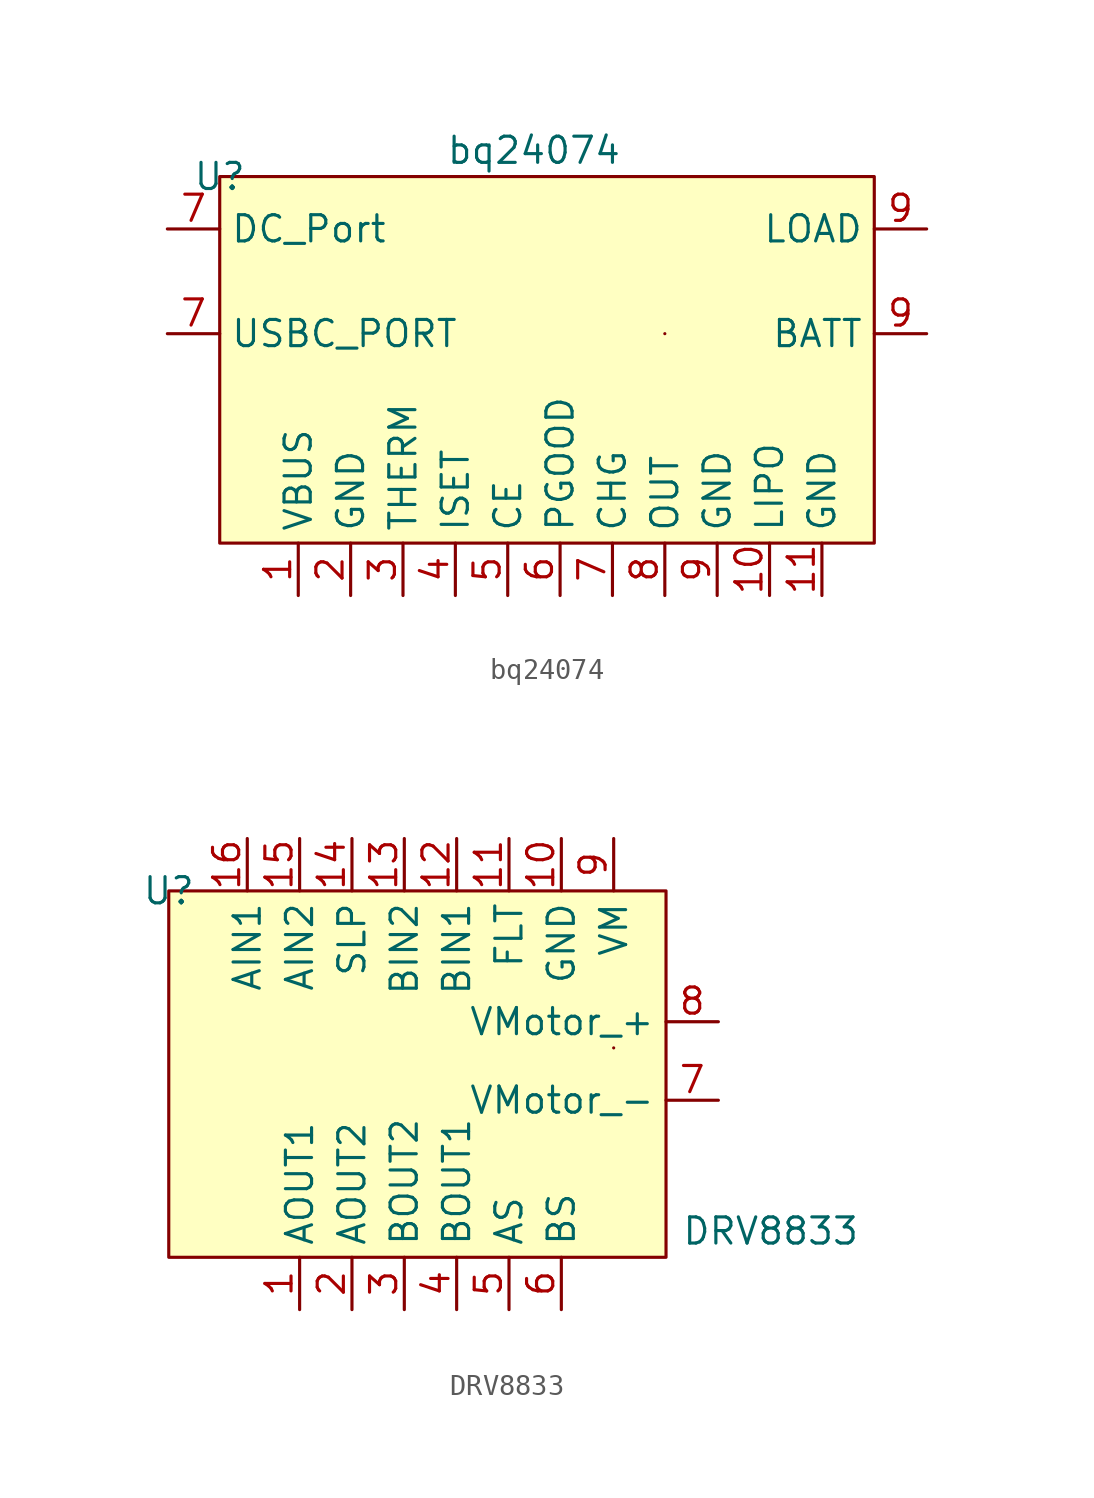
<source format=kicad_sym>
(kicad_symbol_lib
  (version 20211014)
  (generator kicad_symbol_editor)
  (symbol "bq24074"
    (property "Reference" "U"
      (at 0 0 0)
      (effects (font (size 1.27 1.27))))
    (property "Value" "bq24074"
      (at 15.24 1.27 0)
      (effects (font (size 1.27 1.27))))
    (symbol "bq24074_0_1"
      (rectangle (start 0 0) (end 31.75 -17.78) (stroke (width 0) (type default) (color 0 0 0 0)) (fill (type background)))
      (rectangle (start 21.59 -7.62) (end 21.59 -7.62) (stroke (width 0) (type default) (color 0 0 0 0)) (fill (type none))))
    (symbol "bq24074_1_1"
      (pin input line (at 3.81 -20.32 90) (length 2.54) (name "VBUS" (effects (font (size 1.27 1.27)))) (number "1" (effects (font (size 1.27 1.27)))))
      (pin output line (at 26.67 -20.32 90) (length 2.54) (name "LIPO" (effects (font (size 1.27 1.27)))) (number "10" (effects (font (size 1.27 1.27)))))
      (pin input line (at 29.21 -20.32 90) (length 2.54) (name "GND" (effects (font (size 1.27 1.27)))) (number "11" (effects (font (size 1.27 1.27)))))
      (pin input line (at 6.35 -20.32 90) (length 2.54) (name "GND" (effects (font (size 1.27 1.27)))) (number "2" (effects (font (size 1.27 1.27)))))
      (pin output line (at 8.89 -20.32 90) (length 2.54) (name "THERM" (effects (font (size 1.27 1.27)))) (number "3" (effects (font (size 1.27 1.27)))))
      (pin output line (at 11.43 -20.32 90) (length 2.54) (name "ISET" (effects (font (size 1.27 1.27)))) (number "4" (effects (font (size 1.27 1.27)))))
      (pin input line (at 13.97 -20.32 90) (length 2.54) (name "CE" (effects (font (size 1.27 1.27)))) (number "5" (effects (font (size 1.27 1.27)))))
      (pin input line (at 16.51 -20.32 90) (length 2.54) (name "PGOOD" (effects (font (size 1.27 1.27)))) (number "6" (effects (font (size 1.27 1.27)))))
      (pin input line (at 19.05 -20.32 90) (length 2.54) (name "CHG" (effects (font (size 1.27 1.27)))) (number "7" (effects (font (size 1.27 1.27)))))
      (pin input line (at -2.54 -2.54 0) (length 2.54) (name "DC_Port" (effects (font (size 1.27 1.27)))) (number "7" (effects (font (size 1.27 1.27)))))
      (pin input line (at -2.54 -7.62 0) (length 2.54) (name "USBC_PORT" (effects (font (size 1.27 1.27)))) (number "7" (effects (font (size 1.27 1.27)))))
      (pin input line (at 21.59 -20.32 90) (length 2.54) (name "OUT" (effects (font (size 1.27 1.27)))) (number "8" (effects (font (size 1.27 1.27)))))
      (pin output line (at 34.29 -7.62 180) (length 2.54) (name "BATT" (effects (font (size 1.27 1.27)))) (number "9" (effects (font (size 1.27 1.27)))))
      (pin output line (at 24.13 -20.32 90) (length 2.54) (name "GND" (effects (font (size 1.27 1.27)))) (number "9" (effects (font (size 1.27 1.27)))))
      (pin output line (at 34.29 -2.54 180) (length 2.54) (name "LOAD" (effects (font (size 1.27 1.27)))) (number "9" (effects (font (size 1.27 1.27)))))))
  (symbol "DRV8833"
    (property "Reference" "U"
      (at 0 0 0)
      (effects (font (size 1.27 1.27))))
    (property "Value" "DRV8833"
      (at 29.21 -16.51 0)
      (effects (font (size 1.27 1.27))))
    (symbol "DRV8833_0_1"
      (rectangle (start 0 0) (end 24.13 -17.78) (stroke (width 0) (type default) (color 0 0 0 0)) (fill (type background)))
      (rectangle (start 21.59 -7.62) (end 21.59 -7.62) (stroke (width 0) (type default) (color 0 0 0 0)) (fill (type none))))
    (symbol "DRV8833_1_1"
      (pin output line (at 6.35 -20.32 90) (length 2.54) (name "AOUT1" (effects (font (size 1.27 1.27)))) (number "1" (effects (font (size 1.27 1.27)))))
      (pin input line (at 19.05 2.54 270) (length 2.54) (name "GND" (effects (font (size 1.27 1.27)))) (number "10" (effects (font (size 1.27 1.27)))))
      (pin input line (at 16.51 2.54 270) (length 2.54) (name "FLT" (effects (font (size 1.27 1.27)))) (number "11" (effects (font (size 1.27 1.27)))))
      (pin input line (at 13.97 2.54 270) (length 2.54) (name "BIN1" (effects (font (size 1.27 1.27)))) (number "12" (effects (font (size 1.27 1.27)))))
      (pin input line (at 11.43 2.54 270) (length 2.54) (name "BIN2" (effects (font (size 1.27 1.27)))) (number "13" (effects (font (size 1.27 1.27)))))
      (pin input line (at 8.89 2.54 270) (length 2.54) (name "SLP" (effects (font (size 1.27 1.27)))) (number "14" (effects (font (size 1.27 1.27)))))
      (pin input line (at 6.35 2.54 270) (length 2.54) (name "AIN2" (effects (font (size 1.27 1.27)))) (number "15" (effects (font (size 1.27 1.27)))))
      (pin input line (at 3.81 2.54 270) (length 2.54) (name "AIN1" (effects (font (size 1.27 1.27)))) (number "16" (effects (font (size 1.27 1.27)))))
      (pin output line (at 8.89 -20.32 90) (length 2.54) (name "AOUT2" (effects (font (size 1.27 1.27)))) (number "2" (effects (font (size 1.27 1.27)))))
      (pin output line (at 11.43 -20.32 90) (length 2.54) (name "BOUT2" (effects (font (size 1.27 1.27)))) (number "3" (effects (font (size 1.27 1.27)))))
      (pin output line (at 13.97 -20.32 90) (length 2.54) (name "BOUT1" (effects (font (size 1.27 1.27)))) (number "4" (effects (font (size 1.27 1.27)))))
      (pin input line (at 16.51 -20.32 90) (length 2.54) (name "AS" (effects (font (size 1.27 1.27)))) (number "5" (effects (font (size 1.27 1.27)))))
      (pin input line (at 19.05 -20.32 90) (length 2.54) (name "BS" (effects (font (size 1.27 1.27)))) (number "6" (effects (font (size 1.27 1.27)))))
      (pin output line (at 26.67 -10.16 180) (length 2.54) (name "VMotor_-" (effects (font (size 1.27 1.27)))) (number "7" (effects (font (size 1.27 1.27)))))
      (pin output line (at 26.67 -6.35 180) (length 2.54) (name "VMotor_+" (effects (font (size 1.27 1.27)))) (number "8" (effects (font (size 1.27 1.27)))))
      (pin input line (at 21.59 2.54 270) (length 2.54) (name "VM" (effects (font (size 1.27 1.27)))) (number "9" (effects (font (size 1.27 1.27))))))))
</source>
